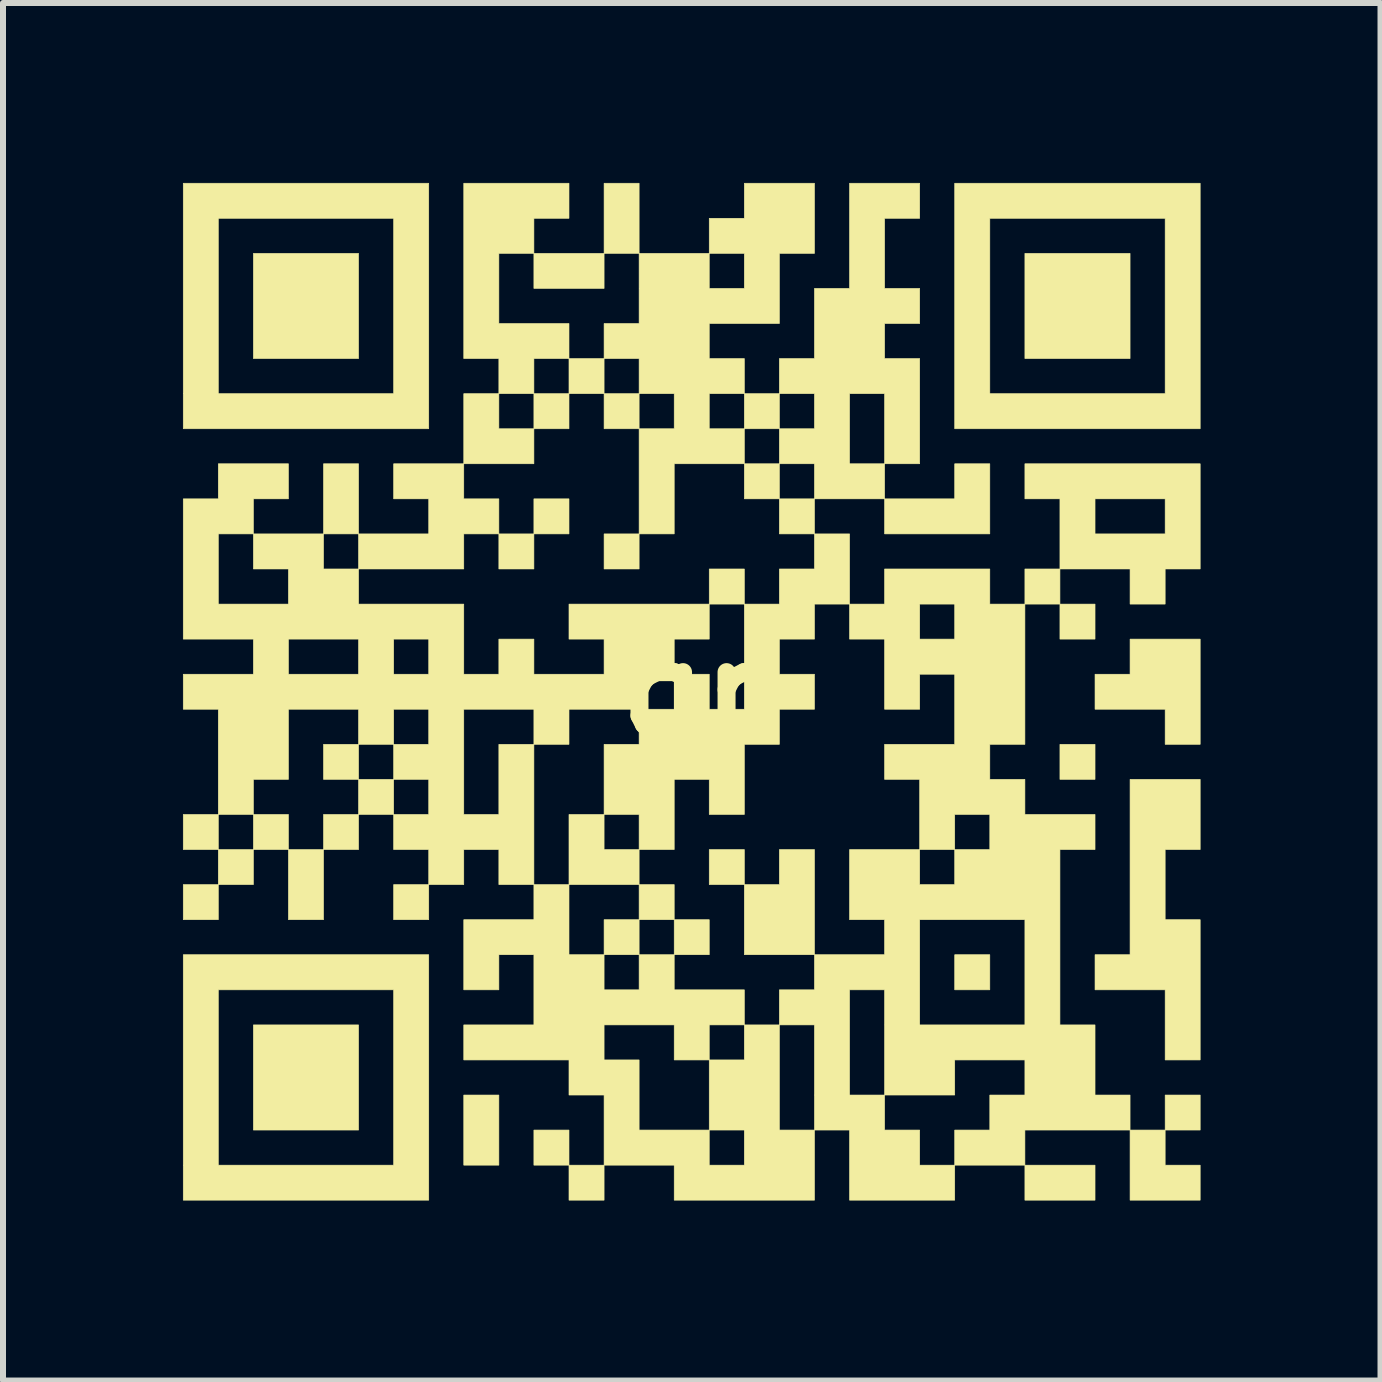
<source format=kicad_pcb>
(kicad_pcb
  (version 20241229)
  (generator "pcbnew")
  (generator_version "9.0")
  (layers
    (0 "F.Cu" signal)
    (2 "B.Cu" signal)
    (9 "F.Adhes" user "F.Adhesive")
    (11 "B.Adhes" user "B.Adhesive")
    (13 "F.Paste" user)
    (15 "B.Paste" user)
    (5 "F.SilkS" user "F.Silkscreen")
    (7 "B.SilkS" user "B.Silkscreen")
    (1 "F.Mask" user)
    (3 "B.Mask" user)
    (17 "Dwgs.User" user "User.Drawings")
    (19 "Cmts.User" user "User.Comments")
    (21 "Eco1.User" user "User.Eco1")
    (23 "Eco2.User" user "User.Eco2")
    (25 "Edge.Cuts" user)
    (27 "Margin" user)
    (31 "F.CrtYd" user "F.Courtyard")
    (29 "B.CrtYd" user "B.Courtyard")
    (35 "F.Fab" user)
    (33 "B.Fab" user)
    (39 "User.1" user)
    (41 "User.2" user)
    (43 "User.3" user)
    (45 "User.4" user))
  (footprint "qr"
    (layer "F.Cu")
    (at 8.481 8.481)
    (property "Reference" "qr" (at 0 0 0) (layer "F.SilkS") (effects (font (size 1.524 1.524) (thickness 0.3))))
    (attr through_hole)
    (fp_poly (pts (xy -7.892 3.8) (xy -8.476 3.8) (xy -8.476 3.215) (xy -7.892 3.215) (xy -7.892 3.8)) (stroke (width 0.01) (type solid)) (fill yes) (layer "F.SilkS"))
    (fp_poly (pts (xy -5.554 -5.554) (xy -7.307 -5.554) (xy -7.307 -7.307) (xy -5.554 -7.307) (xy -5.554 -5.554)) (stroke (width 0.01) (type solid)) (fill yes) (layer "F.SilkS"))
    (fp_poly (pts (xy -5.554 1.461) (xy -6.138 1.461) (xy -6.138 0.877) (xy -5.554 0.877) (xy -5.554 1.461)) (stroke (width 0.01) (type solid)) (fill yes) (layer "F.SilkS"))
    (fp_poly (pts (xy -5.554 7.307) (xy -7.307 7.307) (xy -7.307 5.554) (xy -5.554 5.554) (xy -5.554 7.307)) (stroke (width 0.01) (type solid)) (fill yes) (layer "F.SilkS"))
    (fp_poly (pts (xy -4.384 3.8) (xy -4.969 3.8) (xy -4.969 3.215) (xy -4.384 3.215) (xy -4.384 3.8)) (stroke (width 0.01) (type solid)) (fill yes) (layer "F.SilkS"))
    (fp_poly (pts (xy -3.215 7.892) (xy -3.8 7.892) (xy -3.8 6.723) (xy -3.215 6.723) (xy -3.215 7.892)) (stroke (width 0.01) (type solid)) (fill yes) (layer "F.SilkS"))
    (fp_poly (pts (xy -2.631 -2.046) (xy -3.215 -2.046) (xy -3.215 -2.631) (xy -2.631 -2.631) (xy -2.631 -2.046)) (stroke (width 0.01) (type solid)) (fill yes) (layer "F.SilkS"))
    (fp_poly (pts (xy -2.046 -4.384) (xy -2.631 -4.384) (xy -2.631 -4.969) (xy -2.046 -4.969) (xy -2.046 -4.384)) (stroke (width 0.01) (type solid)) (fill yes) (layer "F.SilkS"))
    (fp_poly (pts (xy -2.046 -2.631) (xy -2.631 -2.631) (xy -2.631 -3.215) (xy -2.046 -3.215) (xy -2.046 -2.631)) (stroke (width 0.01) (type solid)) (fill yes) (layer "F.SilkS"))
    (fp_poly (pts (xy -2.046 7.892) (xy -2.631 7.892) (xy -2.631 7.307) (xy -2.046 7.307) (xy -2.046 7.892)) (stroke (width 0.01) (type solid)) (fill yes) (layer "F.SilkS"))
    (fp_poly (pts (xy -1.461 -4.969) (xy -2.046 -4.969) (xy -2.046 -5.554) (xy -1.461 -5.554) (xy -1.461 -4.969)) (stroke (width 0.01) (type solid)) (fill yes) (layer "F.SilkS"))
    (fp_poly (pts (xy -1.461 8.476) (xy -2.046 8.476) (xy -2.046 7.892) (xy -1.461 7.892) (xy -1.461 8.476)) (stroke (width 0.01) (type solid)) (fill yes) (layer "F.SilkS"))
    (fp_poly (pts (xy -0.877 -4.384) (xy -1.461 -4.384) (xy -1.461 -4.969) (xy -0.877 -4.969) (xy -0.877 -4.384)) (stroke (width 0.01) (type solid)) (fill yes) (layer "F.SilkS"))
    (fp_poly (pts (xy -0.877 -2.046) (xy -1.461 -2.046) (xy -1.461 -2.631) (xy -0.877 -2.631) (xy -0.877 -2.046)) (stroke (width 0.01) (type solid)) (fill yes) (layer "F.SilkS"))
    (fp_poly (pts (xy -0.877 4.384) (xy -1.461 4.384) (xy -1.461 3.8) (xy -0.877 3.8) (xy -0.877 4.384)) (stroke (width 0.01) (type solid)) (fill yes) (layer "F.SilkS"))
    (fp_poly (pts (xy -0.292 3.8) (xy -0.877 3.8) (xy -0.877 3.215) (xy -0.292 3.215) (xy -0.292 3.8)) (stroke (width 0.01) (type solid)) (fill yes) (layer "F.SilkS"))
    (fp_poly (pts (xy 0.292 4.384) (xy -0.292 4.384) (xy -0.292 3.8) (xy 0.292 3.8) (xy 0.292 4.384)) (stroke (width 0.01) (type solid)) (fill yes) (layer "F.SilkS"))
    (fp_poly (pts (xy 0.877 -1.461) (xy 0.292 -1.461) (xy 0.292 -2.046) (xy 0.877 -2.046) (xy 0.877 -1.461)) (stroke (width 0.01) (type solid)) (fill yes) (layer "F.SilkS"))
    (fp_poly (pts (xy 0.877 3.215) (xy 0.292 3.215) (xy 0.292 2.631) (xy 0.877 2.631) (xy 0.877 3.215)) (stroke (width 0.01) (type solid)) (fill yes) (layer "F.SilkS"))
    (fp_poly (pts (xy 1.461 -3.215) (xy 0.877 -3.215) (xy 0.877 -3.8) (xy 1.461 -3.8) (xy 1.461 -3.215)) (stroke (width 0.01) (type solid)) (fill yes) (layer "F.SilkS"))
    (fp_poly (pts (xy 4.969 4.969) (xy 4.384 4.969) (xy 4.384 4.384) (xy 4.969 4.384) (xy 4.969 4.969)) (stroke (width 0.01) (type solid)) (fill yes) (layer "F.SilkS"))
    (fp_poly (pts (xy 6.138 -1.461) (xy 5.554 -1.461) (xy 5.554 -2.046) (xy 6.138 -2.046) (xy 6.138 -1.461)) (stroke (width 0.01) (type solid)) (fill yes) (layer "F.SilkS"))
    (fp_poly (pts (xy 6.723 -0.877) (xy 6.138 -0.877) (xy 6.138 -1.461) (xy 6.723 -1.461) (xy 6.723 -0.877)) (stroke (width 0.01) (type solid)) (fill yes) (layer "F.SilkS"))
    (fp_poly (pts (xy 6.723 1.461) (xy 6.138 1.461) (xy 6.138 0.877) (xy 6.723 0.877) (xy 6.723 1.461)) (stroke (width 0.01) (type solid)) (fill yes) (layer "F.SilkS"))
    (fp_poly (pts (xy 6.723 8.476) (xy 5.554 8.476) (xy 5.554 7.892) (xy 6.723 7.892) (xy 6.723 8.476)) (stroke (width 0.01) (type solid)) (fill yes) (layer "F.SilkS"))
    (fp_poly (pts (xy 7.307 -5.554) (xy 5.554 -5.554) (xy 5.554 -7.307) (xy 7.307 -7.307) (xy 7.307 -5.554)) (stroke (width 0.01) (type solid)) (fill yes) (layer "F.SilkS"))
    (fp_poly (pts (xy 8.476 7.307) (xy 7.892 7.307) (xy 7.892 6.723) (xy 8.476 6.723) (xy 8.476 7.307)) (stroke (width 0.01) (type solid)) (fill yes) (layer "F.SilkS"))
    (fp_poly (pts (xy -1.461 2.631) (xy -0.877 2.631) (xy -0.877 3.215) (xy -2.046 3.215) (xy -2.046 2.046) (xy -1.461 2.046) (xy -1.461 2.631)) (stroke (width 0.01) (type solid)) (fill yes) (layer "F.SilkS"))
    (fp_poly (pts (xy 2.046 4.384) (xy 0.877 4.384) (xy 0.877 3.215) (xy 1.461 3.215) (xy 1.461 2.631) (xy 2.046 2.631) (xy 2.046 4.384)) (stroke (width 0.01) (type solid)) (fill yes) (layer "F.SilkS"))
    (fp_poly (pts (xy 4.969 -2.631) (xy 3.215 -2.631) (xy 3.215 -3.215) (xy 4.384 -3.215) (xy 4.384 -3.8) (xy 4.969 -3.8) (xy 4.969 -2.631)) (stroke (width 0.01) (type solid)) (fill yes) (layer "F.SilkS"))
    (fp_poly (pts (xy 7.892 7.892) (xy 8.476 7.892) (xy 8.476 8.476) (xy 7.307 8.476) (xy 7.307 7.307) (xy 7.892 7.307) (xy 7.892 7.892)) (stroke (width 0.01) (type solid)) (fill yes) (layer "F.SilkS"))
    (fp_poly (pts (xy 8.476 0.877) (xy 7.892 0.877) (xy 7.892 0.292) (xy 6.723 0.292) (xy 6.723 -0.292) (xy 7.307 -0.292) (xy 7.307 -0.877) (xy 8.476 -0.877) (xy 8.476 0.877)) (stroke (width 0.01) (type solid)) (fill yes) (layer "F.SilkS"))
    (fp_poly (pts (xy -4.384 -4.384) (xy -8.476 -4.384) (xy -8.476 -7.892) (xy -7.892 -7.892) (xy -7.892 -4.969) (xy -4.969 -4.969) (xy -4.969 -7.892) (xy -7.892 -7.892) (xy -8.476 -7.892) (xy -8.476 -8.476) (xy -4.384 -8.476) (xy -4.384 -4.384)) (stroke (width 0.01) (type solid)) (fill yes) (layer "F.SilkS"))
    (fp_poly (pts (xy -4.384 8.476) (xy -8.476 8.476) (xy -8.476 4.969) (xy -7.892 4.969) (xy -7.892 7.892) (xy -4.969 7.892) (xy -4.969 4.969) (xy -7.892 4.969) (xy -8.476 4.969) (xy -8.476 4.384) (xy -4.384 4.384) (xy -4.384 8.476)) (stroke (width 0.01) (type solid)) (fill yes) (layer "F.SilkS"))
    (fp_poly (pts (xy 8.476 -4.384) (xy 4.384 -4.384) (xy 4.384 -7.892) (xy 4.969 -7.892) (xy 4.969 -4.969) (xy 7.892 -4.969) (xy 7.892 -7.892) (xy 4.969 -7.892) (xy 4.384 -7.892) (xy 4.384 -8.476) (xy 8.476 -8.476) (xy 8.476 -4.384)) (stroke (width 0.01) (type solid)) (fill yes) (layer "F.SilkS"))
    (fp_poly (pts (xy 8.476 2.631) (xy 7.892 2.631) (xy 7.892 3.8) (xy 8.476 3.8) (xy 8.476 6.138) (xy 7.892 6.138) (xy 7.892 4.969) (xy 6.723 4.969) (xy 6.723 4.384) (xy 7.307 4.384) (xy 7.307 1.461) (xy 8.476 1.461) (xy 8.476 2.631)) (stroke (width 0.01) (type solid)) (fill yes) (layer "F.SilkS"))
    (fp_poly (pts (xy 6.138 -3.215) (xy 6.723 -3.215) (xy 6.723 -2.631) (xy 7.892 -2.631) (xy 7.892 -3.215) (xy 6.723 -3.215) (xy 6.138 -3.215) (xy 5.554 -3.215) (xy 5.554 -3.8) (xy 8.476 -3.8) (xy 8.476 -2.046) (xy 7.892 -2.046) (xy 7.892 -1.461) (xy 7.307 -1.461) (xy 7.307 -2.046) (xy 6.138 -2.046) (xy 6.138 -3.215)) (stroke (width 0.01) (type solid)) (fill yes) (layer "F.SilkS"))
    (fp_poly (pts (xy -1.461 6.723) (xy -2.046 6.723) (xy -2.046 6.138) (xy -3.8 6.138) (xy -3.8 5.554) (xy -2.631 5.554) (xy -1.461 5.554) (xy -1.461 6.138) (xy -0.877 6.138) (xy -0.877 7.307) (xy 0.292 7.307) (xy 0.292 7.892) (xy 0.877 7.892) (xy 0.877 7.307) (xy 0.292 7.307) (xy 0.292 6.138) (xy -0.292 6.138) (xy -0.292 5.554) (xy 0.292 5.554) (xy 0.292 6.138) (xy 0.877 6.138) (xy 0.877 5.554) (xy 0.292 5.554) (xy -0.292 5.554) (xy -1.461 5.554) (xy -2.631 5.554) (xy -2.631 4.384) (xy -3.215 4.384) (xy -3.215 4.969) (xy -3.8 4.969) (xy -3.8 3.8) (xy -2.631 3.8) (xy -2.631 3.215) (xy -3.215 3.215) (xy -3.215 2.631) (xy -3.8 2.631) (xy -3.8 3.215) (xy -4.384 3.215) (xy -4.384 2.631) (xy -4.969 2.631) (xy -4.969 2.046) (xy -5.554 2.046) (xy -5.554 2.631) (xy -6.138 2.631) (xy -6.138 3.8) (xy -6.723 3.8) (xy -6.723 2.631) (xy -7.307 2.631) (xy -7.307 3.215) (xy -7.892 3.215) (xy -7.892 2.631) (xy -8.476 2.631) (xy -8.476 2.046) (xy -7.892 2.046) (xy -7.892 2.631) (xy -7.307 2.631) (xy -7.307 2.046) (xy -7.892 2.046) (xy -7.892 1.461) (xy -7.307 1.461) (xy -7.307 2.046) (xy -6.723 2.046) (xy -6.723 2.631) (xy -6.138 2.631) (xy -6.138 2.046) (xy -5.554 2.046) (xy -5.554 1.461) (xy -4.969 1.461) (xy -4.969 2.046) (xy -4.384 2.046) (xy -4.384 1.461) (xy -4.969 1.461) (xy -4.969 0.877) (xy -5.554 0.877) (xy -5.554 0.292) (xy -4.969 0.292) (xy -4.969 0.877) (xy -4.384 0.877) (xy -4.384 0.292) (xy -3.8 0.292) (xy -3.8 2.046) (xy -3.215 2.046) (xy -3.215 0.877) (xy -2.631 0.877) (xy -2.631 3.215) (xy -2.046 3.215) (xy -2.046 4.384) (xy -1.461 4.384) (xy -1.461 4.969) (xy -0.877 4.969) (xy -0.877 4.384) (xy -0.292 4.384) (xy -0.292 4.969) (xy 0.877 4.969) (xy 0.877 5.554) (xy 1.461 5.554) (xy 1.461 7.307) (xy 2.046 7.307) (xy 2.046 5.554) (xy 1.461 5.554) (xy 1.461 4.969) (xy 2.046 4.969) (xy 2.631 4.969) (xy 2.631 6.723) (xy 3.215 6.723) (xy 3.215 7.307) (xy 3.8 7.307) (xy 3.8 7.892) (xy 4.384 7.892) (xy 4.384 7.307) (xy 4.969 7.307) (xy 4.969 6.723) (xy 5.554 6.723) (xy 5.554 6.138) (xy 4.384 6.138) (xy 4.384 6.723) (xy 3.215 6.723) (xy 3.215 4.969) (xy 2.631 4.969) (xy 2.046 4.969) (xy 2.046 4.384) (xy 3.215 4.384) (xy 3.215 3.8) (xy 3.8 3.8) (xy 3.8 5.554) (xy 5.554 5.554) (xy 5.554 3.8) (xy 3.8 3.8) (xy 3.215 3.8) (xy 2.631 3.8) (xy 2.631 2.631) (xy 3.8 2.631) (xy 3.8 3.215) (xy 4.384 3.215) (xy 4.384 2.631) (xy 3.8 2.631) (xy 3.8 2.046) (xy 4.384 2.046) (xy 4.384 2.631) (xy 4.969 2.631) (xy 4.969 2.046) (xy 4.384 2.046) (xy 3.8 2.046) (xy 3.8 1.461) (xy 3.215 1.461) (xy 3.215 0.877) (xy 4.384 0.877) (xy 4.384 -0.292) (xy 3.8 -0.292) (xy 3.8 0.292) (xy 3.215 0.292) (xy 3.215 -0.877) (xy 2.631 -0.877) (xy 2.631 -1.461) (xy 2.046 -1.461) (xy 2.046 -0.877) (xy 1.461 -0.877) (xy 1.461 -0.292) (xy 2.046 -0.292) (xy 2.046 0.292) (xy 1.461 0.292) (xy 1.461 0.877) (xy 0.877 0.877) (xy 0.877 2.046) (xy 0.292 2.046) (xy 0.292 1.461) (xy -0.292 1.461) (xy -0.292 2.631) (xy -0.877 2.631) (xy -0.877 2.046) (xy -1.461 2.046) (xy -1.461 0.877) (xy -0.877 0.877) (xy -0.877 0.292) (xy -2.046 0.292) (xy -2.046 0.877) (xy -2.631 0.877) (xy -2.631 0.292) (xy -3.8 0.292) (xy -4.384 0.292) (xy -4.969 0.292) (xy -5.554 0.292) (xy -6.723 0.292) (xy -6.723 1.461) (xy -7.307 1.461) (xy -7.892 1.461) (xy -7.892 0.292) (xy -8.476 0.292) (xy -8.476 -0.292) (xy -7.307 -0.292) (xy -7.307 -0.877) (xy -6.723 -0.877) (xy -6.723 -0.292) (xy -5.554 -0.292) (xy -5.554 -0.877) (xy -4.969 -0.877) (xy -4.969 -0.292) (xy -4.384 -0.292) (xy -4.384 -0.877) (xy -4.969 -0.877) (xy -5.554 -0.877) (xy -6.723 -0.877) (xy -7.307 -0.877) (xy -8.476 -0.877) (xy -8.476 -2.631) (xy -7.892 -2.631) (xy -7.892 -1.461) (xy -6.723 -1.461) (xy -6.723 -2.046) (xy -7.307 -2.046) (xy -7.307 -2.631) (xy -7.892 -2.631) (xy -8.476 -2.631) (xy -8.476 -3.215) (xy -7.892 -3.215) (xy -7.892 -3.8) (xy -6.723 -3.8) (xy -6.723 -3.215) (xy -7.307 -3.215) (xy -7.307 -2.631) (xy -6.138 -2.631) (xy -6.138 -2.046) (xy -5.554 -2.046) (xy -5.554 -1.461) (xy -3.8 -1.461) (xy -3.8 -0.292) (xy -3.215 -0.292) (xy -3.215 -0.877) (xy -2.631 -0.877) (xy -2.631 -0.292) (xy -1.461 -0.292) (xy -0.877 -0.292) (xy -0.877 0.292) (xy -0.292 0.292) (xy -0.292 -0.292) (xy -0.877 -0.292) (xy -1.461 -0.292) (xy -1.461 -0.877) (xy -2.046 -0.877) (xy -2.046 -1.461) (xy 0.292 -1.461) (xy 0.292 -0.877) (xy -0.292 -0.877) (xy -0.292 -0.292) (xy 0.292 -0.292) (xy 0.292 0.292) (xy 0.877 0.292) (xy 0.877 -1.461) (xy 1.461 -1.461) (xy 1.461 -2.046) (xy 2.046 -2.046) (xy 2.046 -2.631) (xy 1.461 -2.631) (xy 1.461 -3.215) (xy 2.046 -3.215) (xy 2.046 -3.8) (xy 1.461 -3.8) (xy 1.461 -4.384) (xy 0.877 -4.384) (xy 0.877 -3.8) (xy -0.292 -3.8) (xy -0.292 -2.631) (xy -0.877 -2.631) (xy -0.877 -4.384) (xy -0.292 -4.384) (xy -0.292 -4.969) (xy 0.292 -4.969) (xy 0.292 -4.384) (xy 0.877 -4.384) (xy 0.877 -4.969) (xy 0.292 -4.969) (xy -0.292 -4.969) (xy -0.877 -4.969) (xy -0.877 -5.554) (xy -1.461 -5.554) (xy -1.461 -6.138) (xy -0.877 -6.138) (xy -0.877 -7.307) (xy -1.461 -7.307) (xy -1.461 -6.723) (xy -2.631 -6.723) (xy -2.631 -7.307) (xy -3.215 -7.307) (xy -3.215 -6.138) (xy -2.046 -6.138) (xy -2.046 -5.554) (xy -2.631 -5.554) (xy -2.631 -4.969) (xy -3.215 -4.969) (xy -3.215 -4.384) (xy -2.631 -4.384) (xy -2.631 -3.8) (xy -3.8 -3.8) (xy -3.8 -3.215) (xy -3.215 -3.215) (xy -3.215 -2.631) (xy -3.8 -2.631) (xy -3.8 -2.046) (xy -5.554 -2.046) (xy -5.554 -2.631) (xy -6.138 -2.631) (xy -6.138 -3.8) (xy -5.554 -3.8) (xy -5.554 -2.631) (xy -4.384 -2.631) (xy -4.384 -3.215) (xy -4.969 -3.215) (xy -4.969 -3.8) (xy -3.8 -3.8) (xy -3.8 -4.969) (xy -3.215 -4.969) (xy -3.215 -5.554) (xy -3.8 -5.554) (xy -3.8 -8.476) (xy -2.046 -8.476) (xy -2.046 -7.892) (xy -2.631 -7.892) (xy -2.631 -7.307) (xy -1.461 -7.307) (xy -1.461 -8.476) (xy -0.877 -8.476) (xy -0.877 -7.307) (xy 0.292 -7.307) (xy 0.292 -6.723) (xy 0.877 -6.723) (xy 0.877 -7.307) (xy 0.292 -7.307) (xy 0.292 -7.892) (xy 0.877 -7.892) (xy 0.877 -8.476) (xy 2.046 -8.476) (xy 2.046 -7.307) (xy 1.461 -7.307) (xy 1.461 -6.138) (xy 0.292 -6.138) (xy 0.292 -5.554) (xy 0.877 -5.554) (xy 0.877 -4.969) (xy 1.461 -4.969) (xy 1.461 -4.384) (xy 2.046 -4.384) (xy 2.046 -4.969) (xy 2.631 -4.969) (xy 2.631 -3.8) (xy 3.215 -3.8) (xy 3.215 -4.969) (xy 2.631 -4.969) (xy 2.046 -4.969) (xy 1.461 -4.969) (xy 1.461 -5.554) (xy 2.046 -5.554) (xy 2.046 -6.723) (xy 2.631 -6.723) (xy 2.631 -8.476) (xy 3.8 -8.476) (xy 3.8 -7.892) (xy 3.215 -7.892) (xy 3.215 -6.723) (xy 3.8 -6.723) (xy 3.8 -6.138) (xy 3.215 -6.138) (xy 3.215 -5.554) (xy 3.8 -5.554) (xy 3.8 -3.8) (xy 3.215 -3.8) (xy 3.215 -3.215) (xy 2.046 -3.215) (xy 2.046 -2.631) (xy 2.631 -2.631) (xy 2.631 -1.461) (xy 3.215 -1.461) (xy 3.8 -1.461) (xy 3.8 -0.877) (xy 4.384 -0.877) (xy 4.384 -1.461) (xy 3.8 -1.461) (xy 3.215 -1.461) (xy 3.215 -2.046) (xy 4.969 -2.046) (xy 4.969 -1.461) (xy 5.554 -1.461) (xy 5.554 0.877) (xy 4.969 0.877) (xy 4.969 1.461) (xy 5.554 1.461) (xy 5.554 2.046) (xy 6.723 2.046) (xy 6.723 2.631) (xy 6.138 2.631) (xy 6.138 5.554) (xy 6.723 5.554) (xy 6.723 6.723) (xy 7.307 6.723) (xy 7.307 7.307) (xy 5.554 7.307) (xy 5.554 7.892) (xy 4.384 7.892) (xy 4.384 8.476) (xy 2.631 8.476) (xy 2.631 7.307) (xy 2.046 7.307) (xy 2.046 8.476) (xy -0.292 8.476) (xy -0.292 7.892) (xy -1.461 7.892) (xy -1.461 6.723)) (stroke (width 0.01) (type solid)) (fill yes) (layer "F.SilkS")))
  (gr_rect
    (start -3 -3)
    (end 19.963 19.963)
    (stroke (width 0.1) (type default))
    (fill no)
    (layer "Edge.Cuts")))
</source>
